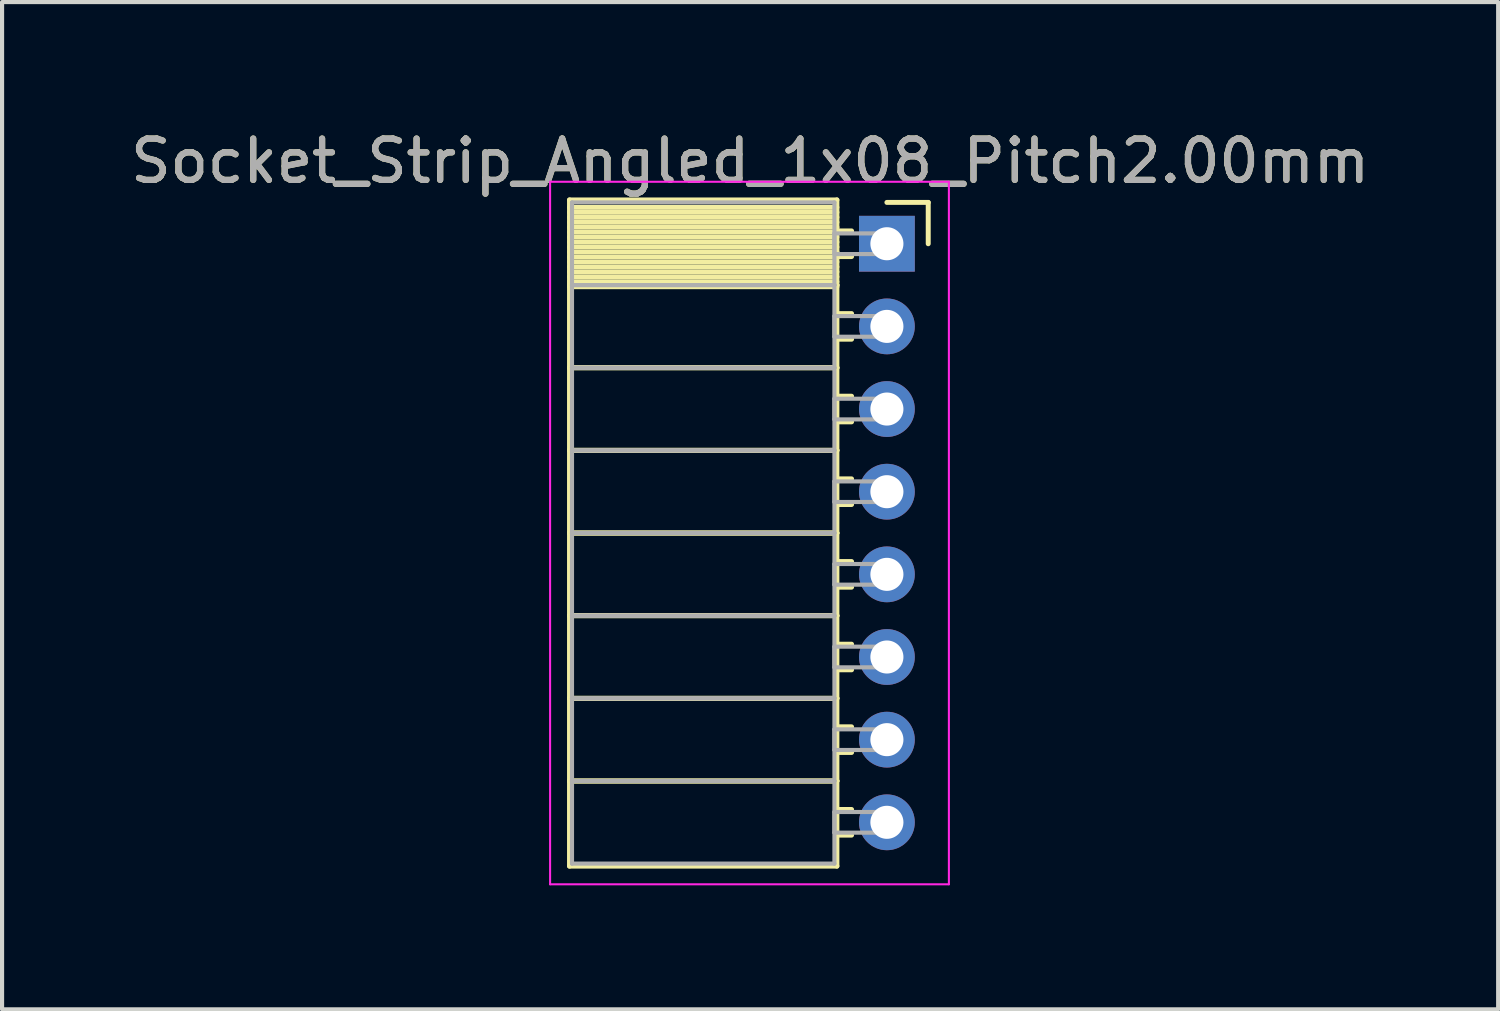
<source format=kicad_pcb>
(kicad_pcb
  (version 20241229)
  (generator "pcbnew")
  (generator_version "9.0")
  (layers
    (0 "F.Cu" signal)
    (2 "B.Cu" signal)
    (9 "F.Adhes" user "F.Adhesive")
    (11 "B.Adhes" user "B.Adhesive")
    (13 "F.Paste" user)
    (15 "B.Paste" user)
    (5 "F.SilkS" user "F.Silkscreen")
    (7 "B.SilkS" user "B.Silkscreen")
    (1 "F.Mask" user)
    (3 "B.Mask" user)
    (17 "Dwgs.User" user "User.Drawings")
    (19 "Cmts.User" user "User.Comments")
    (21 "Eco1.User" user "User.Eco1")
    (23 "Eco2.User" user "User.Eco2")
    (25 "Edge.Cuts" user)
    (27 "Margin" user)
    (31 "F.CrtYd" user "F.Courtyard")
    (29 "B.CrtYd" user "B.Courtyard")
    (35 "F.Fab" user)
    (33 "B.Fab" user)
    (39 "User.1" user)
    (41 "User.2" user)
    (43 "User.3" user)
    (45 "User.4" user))
  (footprint "Socket_Strip_Angled_1x08_Pitch2.00mm"
    (layer "F.Cu")
    (at 18.411 2.848)
    (property "Reference" "Socket_Strip_Angled_1x08_Pitch2.00mm" (at -3.31 -2 0) (layer "F.SilkS") (effects (font (size 1 1) (thickness 0.15))))
    (attr through_hole)
    (fp_line (start -7.68 -1.06) (end -1.21 -1.06) (stroke (width 0.12) (type solid)) (layer "F.SilkS"))
    (fp_line (start -7.68 1) (end -7.68 -1.06) (stroke (width 0.12) (type solid)) (layer "F.SilkS"))
    (fp_line (start -7.68 1) (end -1.21 1) (stroke (width 0.12) (type solid)) (layer "F.SilkS"))
    (fp_line (start -7.68 3) (end -7.68 1) (stroke (width 0.12) (type solid)) (layer "F.SilkS"))
    (fp_line (start -7.68 3) (end -1.21 3) (stroke (width 0.12) (type solid)) (layer "F.SilkS"))
    (fp_line (start -7.68 5) (end -7.68 3) (stroke (width 0.12) (type solid)) (layer "F.SilkS"))
    (fp_line (start -7.68 5) (end -1.21 5) (stroke (width 0.12) (type solid)) (layer "F.SilkS"))
    (fp_line (start -7.68 7) (end -7.68 5) (stroke (width 0.12) (type solid)) (layer "F.SilkS"))
    (fp_line (start -7.68 7) (end -1.21 7) (stroke (width 0.12) (type solid)) (layer "F.SilkS"))
    (fp_line (start -7.68 9) (end -7.68 7) (stroke (width 0.12) (type solid)) (layer "F.SilkS"))
    (fp_line (start -7.68 9) (end -1.21 9) (stroke (width 0.12) (type solid)) (layer "F.SilkS"))
    (fp_line (start -7.68 11) (end -7.68 9) (stroke (width 0.12) (type solid)) (layer "F.SilkS"))
    (fp_line (start -7.68 11) (end -1.21 11) (stroke (width 0.12) (type solid)) (layer "F.SilkS"))
    (fp_line (start -7.68 13) (end -7.68 11) (stroke (width 0.12) (type solid)) (layer "F.SilkS"))
    (fp_line (start -7.68 13) (end -1.21 13) (stroke (width 0.12) (type solid)) (layer "F.SilkS"))
    (fp_line (start -7.68 15.06) (end -7.68 13) (stroke (width 0.12) (type solid)) (layer "F.SilkS"))
    (fp_line (start -1.21 -1.06) (end -1.21 1) (stroke (width 0.12) (type solid)) (layer "F.SilkS"))
    (fp_line (start -1.21 -0.88) (end -7.68 -0.88) (stroke (width 0.12) (type solid)) (layer "F.SilkS"))
    (fp_line (start -1.21 -0.76) (end -7.68 -0.76) (stroke (width 0.12) (type solid)) (layer "F.SilkS"))
    (fp_line (start -1.21 -0.64) (end -7.68 -0.64) (stroke (width 0.12) (type solid)) (layer "F.SilkS"))
    (fp_line (start -1.21 -0.52) (end -7.68 -0.52) (stroke (width 0.12) (type solid)) (layer "F.SilkS"))
    (fp_line (start -1.21 -0.4) (end -7.68 -0.4) (stroke (width 0.12) (type solid)) (layer "F.SilkS"))
    (fp_line (start -1.21 -0.28) (end -7.68 -0.28) (stroke (width 0.12) (type solid)) (layer "F.SilkS"))
    (fp_line (start -1.21 -0.16) (end -7.68 -0.16) (stroke (width 0.12) (type solid)) (layer "F.SilkS"))
    (fp_line (start -1.21 -0.04) (end -7.68 -0.04) (stroke (width 0.12) (type solid)) (layer "F.SilkS"))
    (fp_line (start -1.21 0.08) (end -7.68 0.08) (stroke (width 0.12) (type solid)) (layer "F.SilkS"))
    (fp_line (start -1.21 0.2) (end -7.68 0.2) (stroke (width 0.12) (type solid)) (layer "F.SilkS"))
    (fp_line (start -1.21 0.32) (end -7.68 0.32) (stroke (width 0.12) (type solid)) (layer "F.SilkS"))
    (fp_line (start -1.21 0.44) (end -7.68 0.44) (stroke (width 0.12) (type solid)) (layer "F.SilkS"))
    (fp_line (start -1.21 0.56) (end -7.68 0.56) (stroke (width 0.12) (type solid)) (layer "F.SilkS"))
    (fp_line (start -1.21 0.68) (end -7.68 0.68) (stroke (width 0.12) (type solid)) (layer "F.SilkS"))
    (fp_line (start -1.21 0.8) (end -7.68 0.8) (stroke (width 0.12) (type solid)) (layer "F.SilkS"))
    (fp_line (start -1.21 0.92) (end -7.68 0.92) (stroke (width 0.12) (type solid)) (layer "F.SilkS"))
    (fp_line (start -1.21 1) (end -7.68 1) (stroke (width 0.12) (type solid)) (layer "F.SilkS"))
    (fp_line (start -1.21 1) (end -1.21 3) (stroke (width 0.12) (type solid)) (layer "F.SilkS"))
    (fp_line (start -1.21 1.04) (end -7.68 1.04) (stroke (width 0.12) (type solid)) (layer "F.SilkS"))
    (fp_line (start -1.21 3) (end -7.68 3) (stroke (width 0.12) (type solid)) (layer "F.SilkS"))
    (fp_line (start -1.21 3) (end -1.21 5) (stroke (width 0.12) (type solid)) (layer "F.SilkS"))
    (fp_line (start -1.21 5) (end -7.68 5) (stroke (width 0.12) (type solid)) (layer "F.SilkS"))
    (fp_line (start -1.21 5) (end -1.21 7) (stroke (width 0.12) (type solid)) (layer "F.SilkS"))
    (fp_line (start -1.21 7) (end -7.68 7) (stroke (width 0.12) (type solid)) (layer "F.SilkS"))
    (fp_line (start -1.21 7) (end -1.21 9) (stroke (width 0.12) (type solid)) (layer "F.SilkS"))
    (fp_line (start -1.21 9) (end -7.68 9) (stroke (width 0.12) (type solid)) (layer "F.SilkS"))
    (fp_line (start -1.21 9) (end -1.21 11) (stroke (width 0.12) (type solid)) (layer "F.SilkS"))
    (fp_line (start -1.21 11) (end -7.68 11) (stroke (width 0.12) (type solid)) (layer "F.SilkS"))
    (fp_line (start -1.21 11) (end -1.21 13) (stroke (width 0.12) (type solid)) (layer "F.SilkS"))
    (fp_line (start -1.21 13) (end -7.68 13) (stroke (width 0.12) (type solid)) (layer "F.SilkS"))
    (fp_line (start -1.21 13) (end -1.21 15.06) (stroke (width 0.12) (type solid)) (layer "F.SilkS"))
    (fp_line (start -1.21 15.06) (end -7.68 15.06) (stroke (width 0.12) (type solid)) (layer "F.SilkS"))
    (fp_line (start -0.855 -0.31) (end -1.21 -0.31) (stroke (width 0.12) (type solid)) (layer "F.SilkS"))
    (fp_line (start -0.855 0.31) (end -1.21 0.31) (stroke (width 0.12) (type solid)) (layer "F.SilkS"))
    (fp_line (start -0.855 1.69) (end -1.21 1.69) (stroke (width 0.12) (type solid)) (layer "F.SilkS"))
    (fp_line (start -0.855 2.31) (end -1.21 2.31) (stroke (width 0.12) (type solid)) (layer "F.SilkS"))
    (fp_line (start -0.855 3.69) (end -1.21 3.69) (stroke (width 0.12) (type solid)) (layer "F.SilkS"))
    (fp_line (start -0.855 4.31) (end -1.21 4.31) (stroke (width 0.12) (type solid)) (layer "F.SilkS"))
    (fp_line (start -0.855 5.69) (end -1.21 5.69) (stroke (width 0.12) (type solid)) (layer "F.SilkS"))
    (fp_line (start -0.855 6.31) (end -1.21 6.31) (stroke (width 0.12) (type solid)) (layer "F.SilkS"))
    (fp_line (start -0.855 7.69) (end -1.21 7.69) (stroke (width 0.12) (type solid)) (layer "F.SilkS"))
    (fp_line (start -0.855 8.31) (end -1.21 8.31) (stroke (width 0.12) (type solid)) (layer "F.SilkS"))
    (fp_line (start -0.855 9.69) (end -1.21 9.69) (stroke (width 0.12) (type solid)) (layer "F.SilkS"))
    (fp_line (start -0.855 10.31) (end -1.21 10.31) (stroke (width 0.12) (type solid)) (layer "F.SilkS"))
    (fp_line (start -0.855 11.69) (end -1.21 11.69) (stroke (width 0.12) (type solid)) (layer "F.SilkS"))
    (fp_line (start -0.855 12.31) (end -1.21 12.31) (stroke (width 0.12) (type solid)) (layer "F.SilkS"))
    (fp_line (start -0.855 13.69) (end -1.21 13.69) (stroke (width 0.12) (type solid)) (layer "F.SilkS"))
    (fp_line (start -0.855 14.31) (end -1.21 14.31) (stroke (width 0.12) (type solid)) (layer "F.SilkS"))
    (fp_line (start 0 -1) (end 1 -1) (stroke (width 0.12) (type solid)) (layer "F.SilkS"))
    (fp_line (start 1 -1) (end 1 0) (stroke (width 0.12) (type solid)) (layer "F.SilkS"))
    (fp_line (start -8.15 -1.5) (end 1.5 -1.5) (stroke (width 0.05) (type solid)) (layer "F.CrtYd"))
    (fp_line (start -8.15 15.5) (end -8.15 -1.5) (stroke (width 0.05) (type solid)) (layer "F.CrtYd"))
    (fp_line (start 1.5 -1.5) (end 1.5 15.5) (stroke (width 0.05) (type solid)) (layer "F.CrtYd"))
    (fp_line (start 1.5 15.5) (end -8.15 15.5) (stroke (width 0.05) (type solid)) (layer "F.CrtYd"))
    (fp_line (start -7.62 -1) (end -1.27 -1) (stroke (width 0.1) (type solid)) (layer "F.Fab"))
    (fp_line (start -7.62 1) (end -7.62 -1) (stroke (width 0.1) (type solid)) (layer "F.Fab"))
    (fp_line (start -7.62 1) (end -1.27 1) (stroke (width 0.1) (type solid)) (layer "F.Fab"))
    (fp_line (start -7.62 3) (end -7.62 1) (stroke (width 0.1) (type solid)) (layer "F.Fab"))
    (fp_line (start -7.62 3) (end -1.27 3) (stroke (width 0.1) (type solid)) (layer "F.Fab"))
    (fp_line (start -7.62 5) (end -7.62 3) (stroke (width 0.1) (type solid)) (layer "F.Fab"))
    (fp_line (start -7.62 5) (end -1.27 5) (stroke (width 0.1) (type solid)) (layer "F.Fab"))
    (fp_line (start -7.62 7) (end -7.62 5) (stroke (width 0.1) (type solid)) (layer "F.Fab"))
    (fp_line (start -7.62 7) (end -1.27 7) (stroke (width 0.1) (type solid)) (layer "F.Fab"))
    (fp_line (start -7.62 9) (end -7.62 7) (stroke (width 0.1) (type solid)) (layer "F.Fab"))
    (fp_line (start -7.62 9) (end -1.27 9) (stroke (width 0.1) (type solid)) (layer "F.Fab"))
    (fp_line (start -7.62 11) (end -7.62 9) (stroke (width 0.1) (type solid)) (layer "F.Fab"))
    (fp_line (start -7.62 11) (end -1.27 11) (stroke (width 0.1) (type solid)) (layer "F.Fab"))
    (fp_line (start -7.62 13) (end -7.62 11) (stroke (width 0.1) (type solid)) (layer "F.Fab"))
    (fp_line (start -7.62 13) (end -1.27 13) (stroke (width 0.1) (type solid)) (layer "F.Fab"))
    (fp_line (start -7.62 15) (end -7.62 13) (stroke (width 0.1) (type solid)) (layer "F.Fab"))
    (fp_line (start -1.27 -1) (end -1.27 1) (stroke (width 0.1) (type solid)) (layer "F.Fab"))
    (fp_line (start -1.27 -0.25) (end 0 -0.25) (stroke (width 0.1) (type solid)) (layer "F.Fab"))
    (fp_line (start -1.27 0.25) (end -1.27 -0.25) (stroke (width 0.1) (type solid)) (layer "F.Fab"))
    (fp_line (start -1.27 1) (end -7.62 1) (stroke (width 0.1) (type solid)) (layer "F.Fab"))
    (fp_line (start -1.27 1) (end -1.27 3) (stroke (width 0.1) (type solid)) (layer "F.Fab"))
    (fp_line (start -1.27 1.75) (end 0 1.75) (stroke (width 0.1) (type solid)) (layer "F.Fab"))
    (fp_line (start -1.27 2.25) (end -1.27 1.75) (stroke (width 0.1) (type solid)) (layer "F.Fab"))
    (fp_line (start -1.27 3) (end -7.62 3) (stroke (width 0.1) (type solid)) (layer "F.Fab"))
    (fp_line (start -1.27 3) (end -1.27 5) (stroke (width 0.1) (type solid)) (layer "F.Fab"))
    (fp_line (start -1.27 3.75) (end 0 3.75) (stroke (width 0.1) (type solid)) (layer "F.Fab"))
    (fp_line (start -1.27 4.25) (end -1.27 3.75) (stroke (width 0.1) (type solid)) (layer "F.Fab"))
    (fp_line (start -1.27 5) (end -7.62 5) (stroke (width 0.1) (type solid)) (layer "F.Fab"))
    (fp_line (start -1.27 5) (end -1.27 7) (stroke (width 0.1) (type solid)) (layer "F.Fab"))
    (fp_line (start -1.27 5.75) (end 0 5.75) (stroke (width 0.1) (type solid)) (layer "F.Fab"))
    (fp_line (start -1.27 6.25) (end -1.27 5.75) (stroke (width 0.1) (type solid)) (layer "F.Fab"))
    (fp_line (start -1.27 7) (end -7.62 7) (stroke (width 0.1) (type solid)) (layer "F.Fab"))
    (fp_line (start -1.27 7) (end -1.27 9) (stroke (width 0.1) (type solid)) (layer "F.Fab"))
    (fp_line (start -1.27 7.75) (end 0 7.75) (stroke (width 0.1) (type solid)) (layer "F.Fab"))
    (fp_line (start -1.27 8.25) (end -1.27 7.75) (stroke (width 0.1) (type solid)) (layer "F.Fab"))
    (fp_line (start -1.27 9) (end -7.62 9) (stroke (width 0.1) (type solid)) (layer "F.Fab"))
    (fp_line (start -1.27 9) (end -1.27 11) (stroke (width 0.1) (type solid)) (layer "F.Fab"))
    (fp_line (start -1.27 9.75) (end 0 9.75) (stroke (width 0.1) (type solid)) (layer "F.Fab"))
    (fp_line (start -1.27 10.25) (end -1.27 9.75) (stroke (width 0.1) (type solid)) (layer "F.Fab"))
    (fp_line (start -1.27 11) (end -7.62 11) (stroke (width 0.1) (type solid)) (layer "F.Fab"))
    (fp_line (start -1.27 11) (end -1.27 13) (stroke (width 0.1) (type solid)) (layer "F.Fab"))
    (fp_line (start -1.27 11.75) (end 0 11.75) (stroke (width 0.1) (type solid)) (layer "F.Fab"))
    (fp_line (start -1.27 12.25) (end -1.27 11.75) (stroke (width 0.1) (type solid)) (layer "F.Fab"))
    (fp_line (start -1.27 13) (end -7.62 13) (stroke (width 0.1) (type solid)) (layer "F.Fab"))
    (fp_line (start -1.27 13) (end -1.27 15) (stroke (width 0.1) (type solid)) (layer "F.Fab"))
    (fp_line (start -1.27 13.75) (end 0 13.75) (stroke (width 0.1) (type solid)) (layer "F.Fab"))
    (fp_line (start -1.27 14.25) (end -1.27 13.75) (stroke (width 0.1) (type solid)) (layer "F.Fab"))
    (fp_line (start -1.27 15) (end -7.62 15) (stroke (width 0.1) (type solid)) (layer "F.Fab"))
    (fp_line (start 0 -0.25) (end 0 0.25) (stroke (width 0.1) (type solid)) (layer "F.Fab"))
    (fp_line (start 0 0.25) (end -1.27 0.25) (stroke (width 0.1) (type solid)) (layer "F.Fab"))
    (fp_line (start 0 1.75) (end 0 2.25) (stroke (width 0.1) (type solid)) (layer "F.Fab"))
    (fp_line (start 0 2.25) (end -1.27 2.25) (stroke (width 0.1) (type solid)) (layer "F.Fab"))
    (fp_line (start 0 3.75) (end 0 4.25) (stroke (width 0.1) (type solid)) (layer "F.Fab"))
    (fp_line (start 0 4.25) (end -1.27 4.25) (stroke (width 0.1) (type solid)) (layer "F.Fab"))
    (fp_line (start 0 5.75) (end 0 6.25) (stroke (width 0.1) (type solid)) (layer "F.Fab"))
    (fp_line (start 0 6.25) (end -1.27 6.25) (stroke (width 0.1) (type solid)) (layer "F.Fab"))
    (fp_line (start 0 7.75) (end 0 8.25) (stroke (width 0.1) (type solid)) (layer "F.Fab"))
    (fp_line (start 0 8.25) (end -1.27 8.25) (stroke (width 0.1) (type solid)) (layer "F.Fab"))
    (fp_line (start 0 9.75) (end 0 10.25) (stroke (width 0.1) (type solid)) (layer "F.Fab"))
    (fp_line (start 0 10.25) (end -1.27 10.25) (stroke (width 0.1) (type solid)) (layer "F.Fab"))
    (fp_line (start 0 11.75) (end 0 12.25) (stroke (width 0.1) (type solid)) (layer "F.Fab"))
    (fp_line (start 0 12.25) (end -1.27 12.25) (stroke (width 0.1) (type solid)) (layer "F.Fab"))
    (fp_line (start 0 13.75) (end 0 14.25) (stroke (width 0.1) (type solid)) (layer "F.Fab"))
    (fp_line (start 0 14.25) (end -1.27 14.25) (stroke (width 0.1) (type solid)) (layer "F.Fab"))
    (fp_text user "${REFERENCE}" (at -3.31 -2 0) (layer "F.Fab") (effects (font (size 1 1) (thickness 0.15))))
    (pad "1" thru_hole rect (at 0 0) (size 1.35 1.35) (drill 0.8) (layers "*.Cu" "*.Mask"))
    (pad "2" thru_hole oval (at 0 2) (size 1.35 1.35) (drill 0.8) (layers "*.Cu" "*.Mask"))
    (pad "3" thru_hole oval (at 0 4) (size 1.35 1.35) (drill 0.8) (layers "*.Cu" "*.Mask"))
    (pad "4" thru_hole oval (at 0 6) (size 1.35 1.35) (drill 0.8) (layers "*.Cu" "*.Mask"))
    (pad "5" thru_hole oval (at 0 8) (size 1.35 1.35) (drill 0.8) (layers "*.Cu" "*.Mask"))
    (pad "6" thru_hole oval (at 0 10) (size 1.35 1.35) (drill 0.8) (layers "*.Cu" "*.Mask"))
    (pad "7" thru_hole oval (at 0 12) (size 1.35 1.35) (drill 0.8) (layers "*.Cu" "*.Mask"))
    (pad "8" thru_hole oval (at 0 14) (size 1.35 1.35) (drill 0.8) (layers "*.Cu" "*.Mask")))
  (gr_rect
    (start -3 -3)
    (end 33.202 21.373)
    (stroke (width 0.1) (type default))
    (fill no)
    (layer "Edge.Cuts")))
</source>
